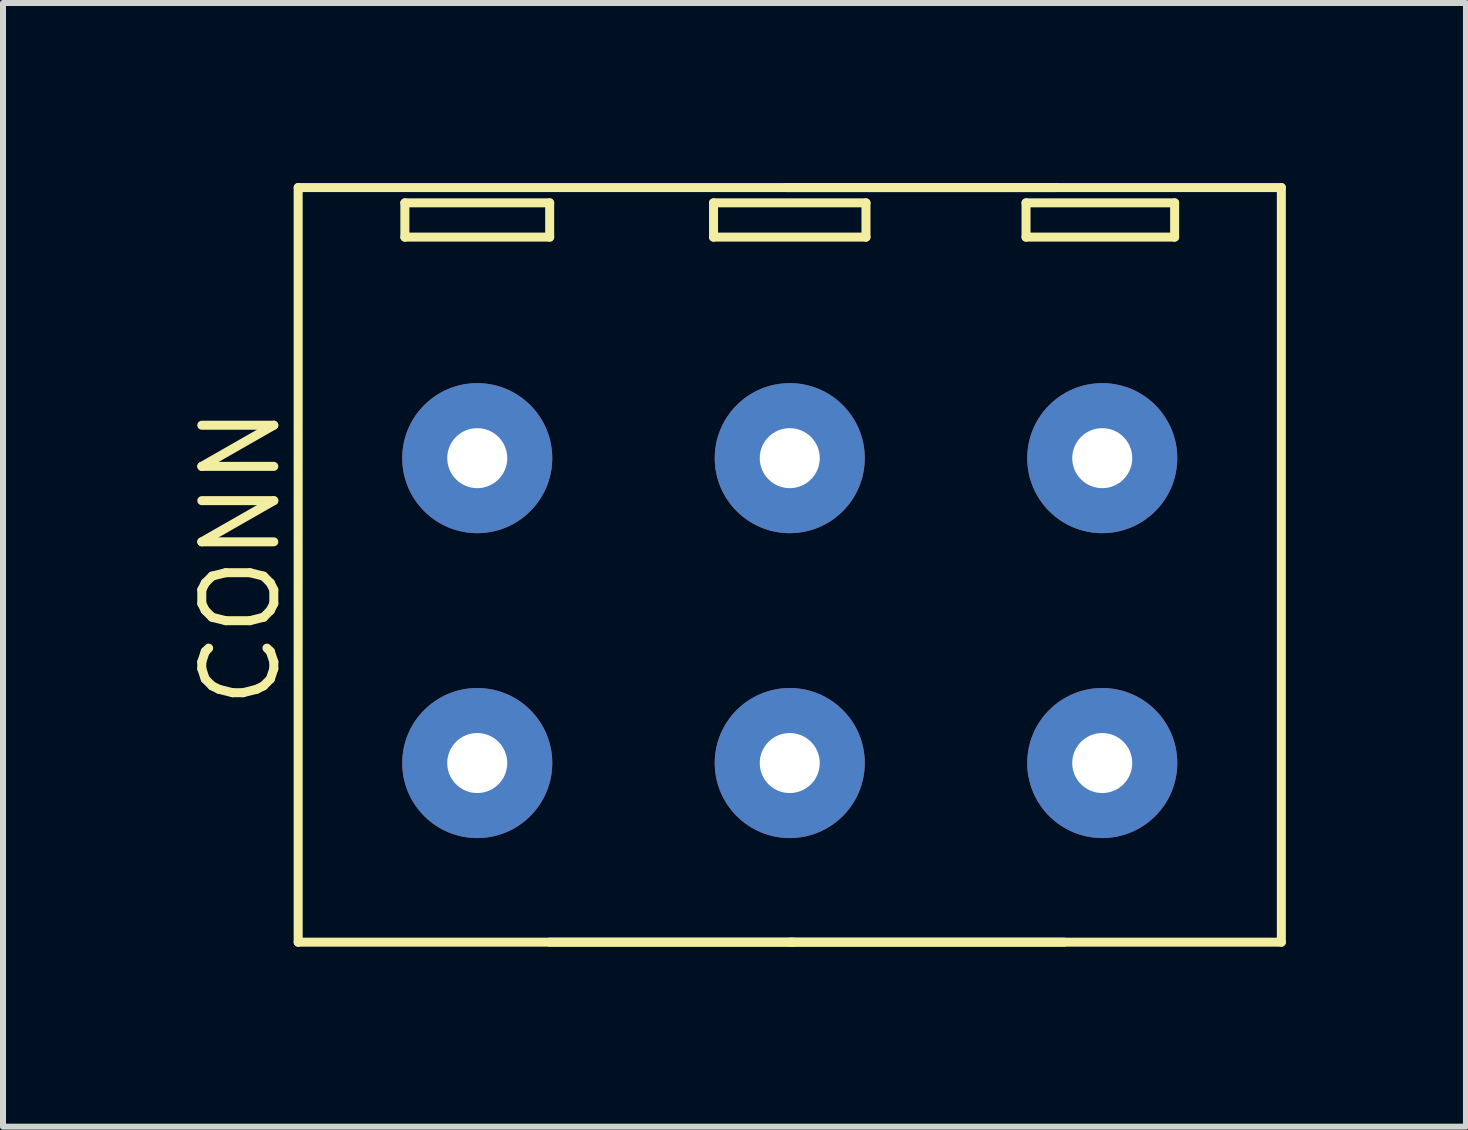
<source format=kicad_pcb>
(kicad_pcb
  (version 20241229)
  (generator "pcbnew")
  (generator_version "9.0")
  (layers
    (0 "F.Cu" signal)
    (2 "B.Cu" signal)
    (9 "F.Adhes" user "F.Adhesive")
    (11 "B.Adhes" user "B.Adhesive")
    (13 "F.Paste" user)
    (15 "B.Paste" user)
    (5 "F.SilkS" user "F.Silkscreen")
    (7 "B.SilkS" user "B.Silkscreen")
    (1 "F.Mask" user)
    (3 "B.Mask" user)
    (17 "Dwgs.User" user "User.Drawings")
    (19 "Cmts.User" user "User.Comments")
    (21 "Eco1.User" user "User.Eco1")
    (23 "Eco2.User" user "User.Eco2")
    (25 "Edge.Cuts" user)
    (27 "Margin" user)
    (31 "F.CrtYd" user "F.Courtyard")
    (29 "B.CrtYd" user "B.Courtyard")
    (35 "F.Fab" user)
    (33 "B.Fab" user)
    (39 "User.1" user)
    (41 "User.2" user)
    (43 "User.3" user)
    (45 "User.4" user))
  (footprint "CONN"
    (layer "F.Cu")
    (at 10.109 6.362)
    (property "Reference" "CONN" (at -9.144 -0.127 90) (layer "F.SilkS") (effects (font (size 1.2 1.2) (thickness 0.15))))
    (attr through_hole)
    (fp_line (start -8.191 -6.287) (end 8.191 -6.287) (stroke (width 0.15) (type solid)) (layer "F.SilkS"))
    (fp_line (start -8.191 6.287) (end -8.191 -6.287) (stroke (width 0.15) (type solid)) (layer "F.SilkS"))
    (fp_line (start -8.191 6.287) (end 8.191 6.287) (stroke (width 0.15) (type solid)) (layer "F.SilkS"))
    (fp_line (start -6.413 -6.032) (end -6.413 -5.461) (stroke (width 0.15) (type solid)) (layer "F.SilkS"))
    (fp_line (start -6.413 -5.461) (end -4 -5.461) (stroke (width 0.15) (type solid)) (layer "F.SilkS"))
    (fp_line (start -4 -6.032) (end -6.413 -6.032) (stroke (width 0.15) (type solid)) (layer "F.SilkS"))
    (fp_line (start -4 -5.461) (end -4 -6.032) (stroke (width 0.15) (type solid)) (layer "F.SilkS"))
    (fp_line (start -1.27 -6.032) (end -1.27 -5.461) (stroke (width 0.15) (type solid)) (layer "F.SilkS"))
    (fp_line (start -1.27 -5.461) (end 1.27 -5.461) (stroke (width 0.15) (type solid)) (layer "F.SilkS"))
    (fp_line (start -0.064 -6.287) (end 4.445 -6.287) (stroke (width 0.15) (type solid)) (layer "F.SilkS"))
    (fp_line (start 0 6.287) (end 4.572 6.287) (stroke (width 0.15) (type solid)) (layer "F.SilkS"))
    (fp_line (start 0.064 6.287) (end -4 6.287) (stroke (width 0.15) (type solid)) (layer "F.SilkS"))
    (fp_line (start 1.27 -6.032) (end -1.27 -6.032) (stroke (width 0.15) (type solid)) (layer "F.SilkS"))
    (fp_line (start 1.27 -5.461) (end 1.27 -6.032) (stroke (width 0.15) (type solid)) (layer "F.SilkS"))
    (fp_line (start 3.937 -6.032) (end 3.937 -5.461) (stroke (width 0.15) (type solid)) (layer "F.SilkS"))
    (fp_line (start 3.937 -5.461) (end 6.413 -5.461) (stroke (width 0.15) (type solid)) (layer "F.SilkS"))
    (fp_line (start 6.413 -6.032) (end 3.937 -6.032) (stroke (width 0.15) (type solid)) (layer "F.SilkS"))
    (fp_line (start 6.413 -5.461) (end 6.413 -6.032) (stroke (width 0.15) (type solid)) (layer "F.SilkS"))
    (fp_line (start 8.191 6.287) (end 8.191 -6.287) (stroke (width 0.15) (type solid)) (layer "F.SilkS"))
    (pad "1" thru_hole circle (at 5.207 -1.778) (size 2.5 2.5) (drill 1) (layers "*.Cu" "*.Mask"))
    (pad "1" thru_hole circle (at 5.207 3.302) (size 2.5 2.5) (drill 1) (layers "*.Cu" "*.Mask"))
    (pad "2" thru_hole circle (at 0 -1.778) (size 2.5 2.5) (drill 1) (layers "*.Cu" "*.Mask"))
    (pad "2" thru_hole circle (at 0 3.302) (size 2.5 2.5) (drill 1) (layers "*.Cu" "*.Mask"))
    (pad "3" thru_hole circle (at -5.207 -1.778) (size 2.5 2.5) (drill 1) (layers "*.Cu" "*.Mask"))
    (pad "3" thru_hole circle (at -5.207 3.302) (size 2.5 2.5) (drill 1) (layers "*.Cu" "*.Mask")))
  (gr_rect
    (start -3 -3)
    (end 21.376 15.723)
    (stroke (width 0.1) (type default))
    (fill no)
    (layer "Edge.Cuts")))
</source>
